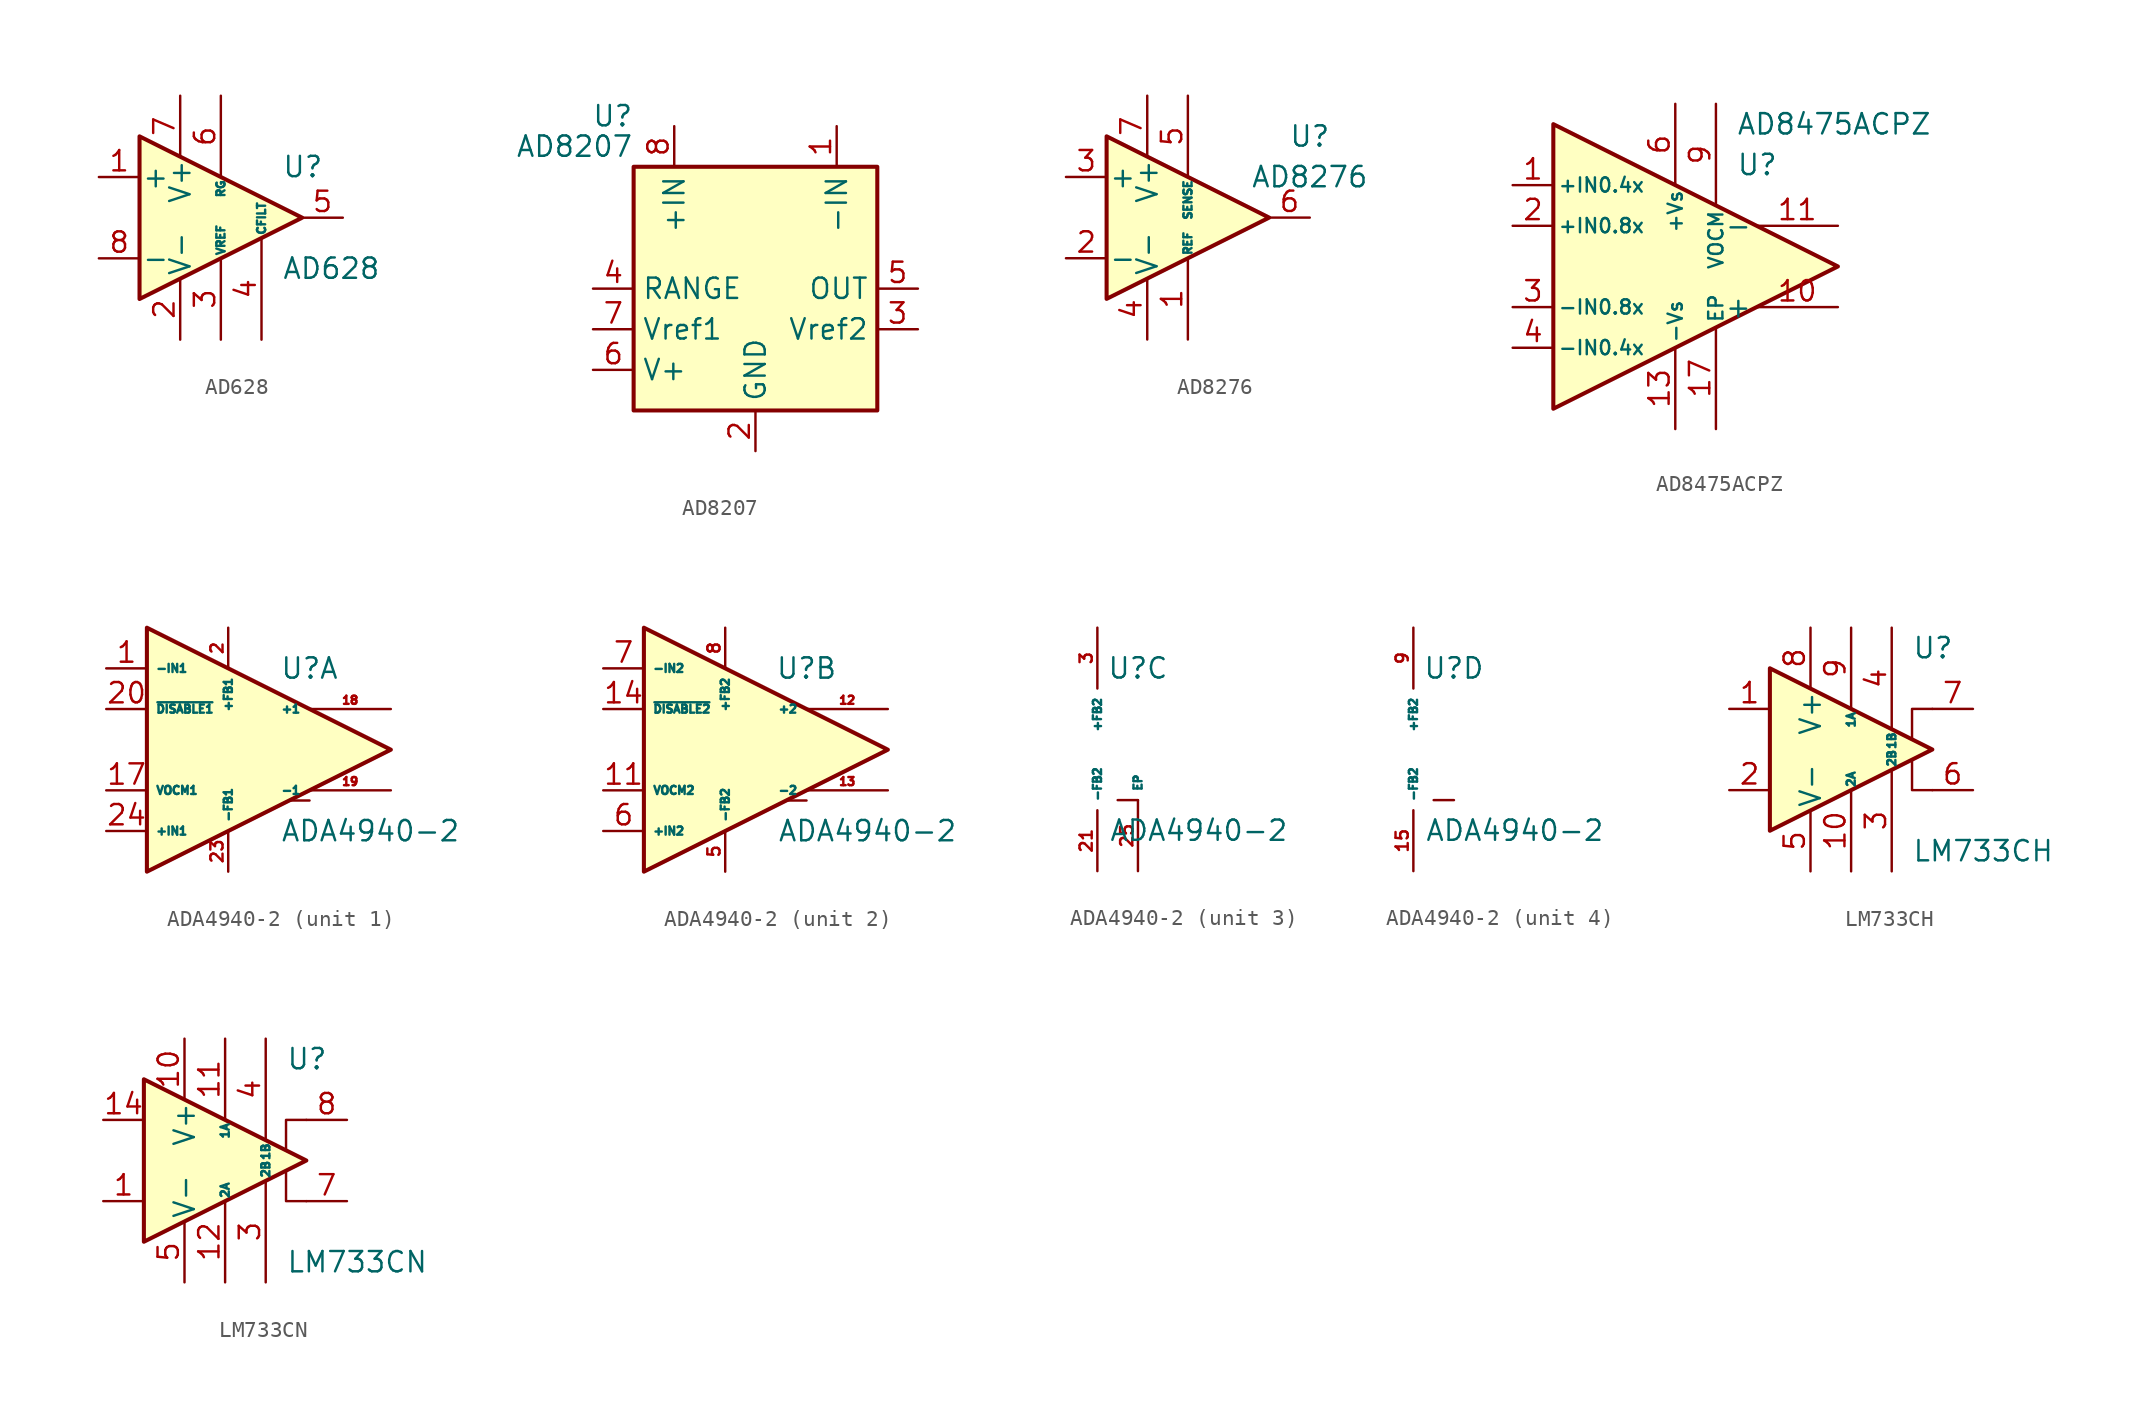
<source format=kicad_sym>
(kicad_symbol_lib
  (version 20241209)
  (generator "kicad_symbol_editor")
  (generator_version "9.0")
  (symbol "AD628"
    (pin_names
      (offset 0.127))
    (property "Reference" "U"
      (at 3.81 3.175 0)
      (effects (font (size 1.27 1.27)) (justify left)))
    (property "Value" "AD628"
      (at 3.81 -3.175 0)
      (effects (font (size 1.27 1.27)) (justify left)))
    (symbol "AD628_0_1"
      (polyline (pts (xy 5.08 0) (xy -5.08 5.08) (xy -5.08 -5.08) (xy 5.08 0)) (stroke (width 0.254) (type default)) (fill (type background))))
    (symbol "AD628_1_1"
      (pin input line (at -7.62 2.54 0) (length 2.54) (name "+" (effects (font (size 1.27 1.27)))) (number "1" (effects (font (size 1.27 1.27)))))
      (pin input line (at -7.62 -2.54 0) (length 2.54) (name "-" (effects (font (size 1.27 1.27)))) (number "8" (effects (font (size 1.27 1.27)))))
      (pin power_in line (at -2.54 7.62 270) (length 3.81) (name "V+" (effects (font (size 1.27 1.27)))) (number "7" (effects (font (size 1.27 1.27)))))
      (pin power_in line (at -2.54 -7.62 90) (length 3.81) (name "V-" (effects (font (size 1.27 1.27)))) (number "2" (effects (font (size 1.27 1.27)))))
      (pin passive line (at 0 7.62 270) (length 5.08) (name "RG" (effects (font (size 0.508 0.508)))) (number "6" (effects (font (size 1.27 1.27)))))
      (pin passive line (at 0 -7.62 90) (length 5.08) (name "VREF" (effects (font (size 0.508 0.508)))) (number "3" (effects (font (size 1.27 1.27)))))
      (pin passive line (at 2.54 -7.62 90) (length 6.35) (name "CFILT" (effects (font (size 0.508 0.508)))) (number "4" (effects (font (size 1.27 1.27)))))
      (pin output line (at 7.62 0 180) (length 2.54) (name "~" (effects (font (size 1.27 1.27)))) (number "5" (effects (font (size 1.27 1.27)))))))
  (symbol "AD8207"
    (property "Reference" "U"
      (at -7.62 10.795 0)
      (effects (font (size 1.27 1.27)) (justify right)))
    (property "Value" "AD8207"
      (at -7.62 8.89 0)
      (effects (font (size 1.27 1.27)) (justify right)))
    (symbol "AD8207_0_1"
      (rectangle (start -7.62 7.62) (end 7.62 -7.62) (stroke (width 0.254) (type default)) (fill (type background))))
    (symbol "AD8207_1_1"
      (pin input line (at -10.16 0 0) (length 2.54) (name "RANGE" (effects (font (size 1.27 1.27)))) (number "4" (effects (font (size 1.27 1.27)))))
      (pin input line (at -10.16 -2.54 0) (length 2.54) (name "Vref1" (effects (font (size 1.27 1.27)))) (number "7" (effects (font (size 1.27 1.27)))))
      (pin power_in line (at -10.16 -5.08 0) (length 2.54) (name "V+" (effects (font (size 1.27 1.27)))) (number "6" (effects (font (size 1.27 1.27)))))
      (pin input line (at -5.08 10.16 270) (length 2.54) (name "+IN" (effects (font (size 1.27 1.27)))) (number "8" (effects (font (size 1.27 1.27)))))
      (pin power_in line (at 0 -10.16 90) (length 2.54) (name "GND" (effects (font (size 1.27 1.27)))) (number "2" (effects (font (size 1.27 1.27)))))
      (pin input line (at 5.08 10.16 270) (length 2.54) (name "-IN" (effects (font (size 1.27 1.27)))) (number "1" (effects (font (size 1.27 1.27)))))
      (pin output line (at 10.16 0 180) (length 2.54) (name "OUT" (effects (font (size 1.27 1.27)))) (number "5" (effects (font (size 1.27 1.27)))))
      (pin input line (at 10.16 -2.54 180) (length 2.54) (name "Vref2" (effects (font (size 1.27 1.27)))) (number "3" (effects (font (size 1.27 1.27)))))))
  (symbol "AD8276"
    (pin_names
      (offset 0.127))
    (property "Reference" "U"
      (at 7.62 5.08 0)
      (effects (font (size 1.27 1.27))))
    (property "Value" "AD8276"
      (at 7.62 2.54 0)
      (effects (font (size 1.27 1.27))))
    (symbol "AD8276_0_1"
      (polyline (pts (xy -5.08 5.08) (xy 5.08 0) (xy -5.08 -5.08) (xy -5.08 5.08)) (stroke (width 0.254) (type default)) (fill (type background))))
    (symbol "AD8276_1_1"
      (pin passive line (at -7.62 2.54 0) (length 2.54) (name "+" (effects (font (size 1.27 1.27)))) (number "3" (effects (font (size 1.27 1.27)))))
      (pin passive line (at -7.62 -2.54 0) (length 2.54) (name "-" (effects (font (size 1.27 1.27)))) (number "2" (effects (font (size 1.27 1.27)))))
      (pin no_connect line (at -5.08 0 0) (length 2.54) (hide yes) (name "~" (effects (font (size 1.27 1.27)))) (number "8" (effects (font (size 1.27 1.27)))))
      (pin power_in line (at -2.54 7.62 270) (length 3.81) (name "V+" (effects (font (size 1.27 1.27)))) (number "7" (effects (font (size 1.27 1.27)))))
      (pin power_in line (at -2.54 -7.62 90) (length 3.81) (name "V-" (effects (font (size 1.27 1.27)))) (number "4" (effects (font (size 1.27 1.27)))))
      (pin passive line (at 0 7.62 270) (length 5.08) (name "SENSE" (effects (font (size 0.508 0.508)))) (number "5" (effects (font (size 1.27 1.27)))))
      (pin passive line (at 0 -7.62 90) (length 5.08) (name "REF" (effects (font (size 0.508 0.508)))) (number "1" (effects (font (size 1.27 1.27)))))
      (pin output line (at 7.62 0 180) (length 2.54) (name "~" (effects (font (size 1.27 1.27)))) (number "6" (effects (font (size 1.27 1.27)))))))
  (symbol "AD8475ACPZ"
    (pin_names
      (offset 0.254))
    (property "Reference" "U"
      (at 3.81 6.35 0)
      (effects (font (size 1.27 1.27)) (justify left)))
    (property "Value" "AD8475ACPZ"
      (at 3.81 8.89 0)
      (effects (font (size 1.27 1.27)) (justify left)))
    (symbol "AD8475ACPZ_0_1"
      (polyline (pts (xy -7.62 8.89) (xy -7.62 -8.89) (xy 10.16 0) (xy -7.62 8.89)) (stroke (width 0.254) (type default)) (fill (type background))))
    (symbol "AD8475ACPZ_1_1"
      (pin input line (at -10.16 5.08 0) (length 2.54) (name "+IN0.4x" (effects (font (size 0.889 0.889)))) (number "1" (effects (font (size 1.27 1.27)))))
      (pin input line (at -10.16 5.08 0) (length 2.54) (hide yes) (name "+IN0.4x" (effects (font (size 0.889 0.889)))) (number "16" (effects (font (size 1.27 1.27)))))
      (pin input line (at -10.16 2.54 0) (length 2.54) (name "+IN0.8x" (effects (font (size 0.889 0.889)))) (number "2" (effects (font (size 1.27 1.27)))))
      (pin input line (at -10.16 -2.54 0) (length 2.54) (name "-IN0.8x" (effects (font (size 0.889 0.889)))) (number "3" (effects (font (size 1.27 1.27)))))
      (pin input line (at -10.16 -5.08 0) (length 2.54) (name "-IN0.4x" (effects (font (size 0.889 0.889)))) (number "4" (effects (font (size 1.27 1.27)))))
      (pin input line (at -10.16 -5.08 0) (length 2.54) (hide yes) (name "-IN0.4x" (effects (font (size 0.889 0.889)))) (number "5" (effects (font (size 1.27 1.27)))))
      (pin no_connect line (at -7.62 -7.62 0) (length 2.54) (hide yes) (name "NC" (effects (font (size 1.27 1.27)))) (number "12" (effects (font (size 1.27 1.27)))))
      (pin power_in line (at 0 10.16 270) (length 5.08) (name "+Vs" (effects (font (size 0.889 0.889)))) (number "6" (effects (font (size 1.27 1.27)))))
      (pin passive line (at 0 10.16 270) (length 5.08) (hide yes) (name "+Vs" (effects (font (size 0.889 0.889)))) (number "7" (effects (font (size 1.27 1.27)))))
      (pin passive line (at 0 10.16 270) (length 5.08) (hide yes) (name "+Vs" (effects (font (size 0.889 0.889)))) (number "8" (effects (font (size 1.27 1.27)))))
      (pin power_in line (at 0 -10.16 90) (length 5.08) (name "-Vs" (effects (font (size 0.889 0.889)))) (number "13" (effects (font (size 1.27 1.27)))))
      (pin passive line (at 0 -10.16 90) (length 5.08) (hide yes) (name "-Vs" (effects (font (size 0.889 0.889)))) (number "14" (effects (font (size 1.27 1.27)))))
      (pin passive line (at 0 -10.16 90) (length 5.08) (hide yes) (name "-Vs" (effects (font (size 0.889 0.889)))) (number "15" (effects (font (size 1.27 1.27)))))
      (pin power_in line (at 2.54 10.16 270) (length 6.35) (name "VOCM" (effects (font (size 0.889 0.889)))) (number "9" (effects (font (size 1.27 1.27)))))
      (pin passive line (at 2.54 -10.16 90) (length 6.35) (name "EP" (effects (font (size 0.889 0.889)))) (number "17" (effects (font (size 1.27 1.27)))))
      (pin output line (at 10.16 2.54 180) (length 5.08) (name "-" (effects (font (size 1.27 1.27)))) (number "11" (effects (font (size 1.27 1.27)))))
      (pin output line (at 10.16 -2.54 180) (length 5.08) (name "+" (effects (font (size 1.27 1.27)))) (number "10" (effects (font (size 1.27 1.27)))))))
  (symbol "ADA4940-2"
    (property "Reference" "U"
      (at 5.08 5.08 0)
      (effects (font (size 1.27 1.27))))
    (property "Value" "ADA4940-2"
      (at 8.89 -5.08 0)
      (effects (font (size 1.27 1.27))))
    (symbol "ADA4940-2_0_1"
      (polyline (pts (xy 5.08 -3.175) (xy 3.81 -3.175)) (stroke (width 0) (type default)) (fill (type none))))
    (symbol "ADA4940-2_1_1"
      (polyline (pts (xy -5.08 7.62) (xy -5.08 -7.62) (xy 10.16 0) (xy -5.08 7.62)) (stroke (width 0.254) (type default)) (fill (type background)))
      (pin input line (at -7.62 5.08 0) (length 2.54) (name "-IN1" (effects (font (size 0.508 0.508)))) (number "1" (effects (font (size 1.27 1.27)))))
      (pin input line (at -7.62 2.54 0) (length 2.54) (name "~{DISABLE1}" (effects (font (size 0.508 0.508)))) (number "20" (effects (font (size 1.27 1.27)))))
      (pin input line (at -7.62 -2.54 0) (length 2.54) (name "VOCM1" (effects (font (size 0.508 0.508)))) (number "17" (effects (font (size 1.27 1.27)))))
      (pin input line (at -7.62 -5.08 0) (length 2.54) (name "+IN1" (effects (font (size 0.508 0.508)))) (number "24" (effects (font (size 1.27 1.27)))))
      (pin input line (at 0 7.62 270) (length 2.54) (name "+FB1" (effects (font (size 0.508 0.508)))) (number "2" (effects (font (size 0.762 0.762)))))
      (pin input line (at 0 -7.62 90) (length 2.54) (name "-FB1" (effects (font (size 0.508 0.508)))) (number "23" (effects (font (size 0.762 0.762)))))
      (pin output line (at 10.16 2.54 180) (length 5.08) (name "+1" (effects (font (size 0.508 0.508)))) (number "18" (effects (font (size 0.508 0.508)))))
      (pin output line (at 10.16 -2.54 180) (length 5.08) (name "-1" (effects (font (size 0.508 0.508)))) (number "19" (effects (font (size 0.508 0.508))))))
    (symbol "ADA4940-2_2_1"
      (polyline (pts (xy -5.08 7.62) (xy -5.08 -7.62) (xy 10.16 0) (xy -5.08 7.62)) (stroke (width 0.254) (type default)) (fill (type background)))
      (pin input line (at -7.62 5.08 0) (length 2.54) (name "-IN2" (effects (font (size 0.508 0.508)))) (number "7" (effects (font (size 1.27 1.27)))))
      (pin input line (at -7.62 2.54 0) (length 2.54) (name "~{DISABLE2}" (effects (font (size 0.508 0.508)))) (number "14" (effects (font (size 1.27 1.27)))))
      (pin input line (at -7.62 -2.54 0) (length 2.54) (name "VOCM2" (effects (font (size 0.508 0.508)))) (number "11" (effects (font (size 1.27 1.27)))))
      (pin input line (at -7.62 -5.08 0) (length 2.54) (name "+IN2" (effects (font (size 0.508 0.508)))) (number "6" (effects (font (size 1.27 1.27)))))
      (pin input line (at 0 7.62 270) (length 2.54) (name "+FB2" (effects (font (size 0.508 0.508)))) (number "8" (effects (font (size 0.762 0.762)))))
      (pin input line (at 0 -7.62 90) (length 2.54) (name "-FB2" (effects (font (size 0.508 0.508)))) (number "5" (effects (font (size 0.762 0.762)))))
      (pin output line (at 10.16 2.54 180) (length 5.08) (name "+2" (effects (font (size 0.508 0.508)))) (number "12" (effects (font (size 0.508 0.508)))))
      (pin output line (at 10.16 -2.54 180) (length 5.08) (name "-2" (effects (font (size 0.508 0.508)))) (number "13" (effects (font (size 0.508 0.508))))))
    (symbol "ADA4940-2_3_1"
      (pin input line (at 2.54 7.62 270) (length 3.81) (name "+FB2" (effects (font (size 0.508 0.508)))) (number "3" (effects (font (size 0.762 0.762)))))
      (pin input line (at 2.54 7.62 270) (length 3.81) (hide yes) (name "+FB2" (effects (font (size 0.508 0.508)))) (number "4" (effects (font (size 0.762 0.762)))))
      (pin input line (at 2.54 -7.62 90) (length 3.81) (name "-FB2" (effects (font (size 0.508 0.508)))) (number "21" (effects (font (size 0.762 0.762)))))
      (pin input line (at 2.54 -7.62 90) (length 3.81) (hide yes) (name "-FB2" (effects (font (size 0.508 0.508)))) (number "22" (effects (font (size 0.762 0.762)))))
      (pin passive line (at 5.08 -7.62 90) (length 4.445) (name "EP" (effects (font (size 0.508 0.508)))) (number "25" (effects (font (size 0.762 0.762))))))
    (symbol "ADA4940-2_4_1"
      (pin input line (at 2.54 7.62 270) (length 3.81) (hide yes) (name "+FB2" (effects (font (size 0.508 0.508)))) (number "10" (effects (font (size 0.762 0.762)))))
      (pin input line (at 2.54 7.62 270) (length 3.81) (name "+FB2" (effects (font (size 0.508 0.508)))) (number "9" (effects (font (size 0.762 0.762)))))
      (pin input line (at 2.54 -7.62 90) (length 3.81) (name "-FB2" (effects (font (size 0.508 0.508)))) (number "15" (effects (font (size 0.762 0.762)))))
      (pin input line (at 2.54 -7.62 90) (length 3.81) (hide yes) (name "-FB2" (effects (font (size 0.508 0.508)))) (number "16" (effects (font (size 0.762 0.762)))))))
  (symbol "LM733CH"
    (pin_names
      (offset 0.127))
    (property "Reference" "U"
      (at 3.81 6.35 0)
      (effects (font (size 1.27 1.27)) (justify left)))
    (property "Value" "LM733CH"
      (at 3.81 -6.35 0)
      (effects (font (size 1.27 1.27)) (justify left)))
    (symbol "LM733CH_0_1"
      (polyline (pts (xy 5.08 2.54) (xy 3.81 2.54) (xy 3.81 0.635)) (stroke (width 0) (type default)) (fill (type none)))
      (polyline (pts (xy 5.08 0) (xy -5.08 5.08) (xy -5.08 -5.08) (xy 5.08 0)) (stroke (width 0.254) (type default)) (fill (type background)))
      (polyline (pts (xy 5.08 -2.54) (xy 3.81 -2.54) (xy 3.81 -0.635)) (stroke (width 0) (type default)) (fill (type none))))
    (symbol "LM733CH_1_1"
      (pin input line (at -7.62 2.54 0) (length 2.54) (name "~" (effects (font (size 1.27 1.27)))) (number "1" (effects (font (size 1.27 1.27)))))
      (pin input line (at -7.62 -2.54 0) (length 2.54) (name "~" (effects (font (size 1.27 1.27)))) (number "2" (effects (font (size 1.27 1.27)))))
      (pin power_in line (at -2.54 7.62 270) (length 3.81) (name "V+" (effects (font (size 1.27 1.27)))) (number "8" (effects (font (size 1.27 1.27)))))
      (pin power_in line (at -2.54 -7.62 90) (length 3.81) (name "V-" (effects (font (size 1.27 1.27)))) (number "5" (effects (font (size 1.27 1.27)))))
      (pin passive line (at 0 7.62 270) (length 5.08) (name "1A" (effects (font (size 0.508 0.508)))) (number "9" (effects (font (size 1.27 1.27)))))
      (pin passive line (at 0 -7.62 90) (length 5.08) (name "2A" (effects (font (size 0.508 0.508)))) (number "10" (effects (font (size 1.27 1.27)))))
      (pin passive line (at 2.54 7.62 270) (length 6.35) (name "1B" (effects (font (size 0.508 0.508)))) (number "4" (effects (font (size 1.27 1.27)))))
      (pin passive line (at 2.54 -7.62 90) (length 6.35) (name "2B" (effects (font (size 0.508 0.508)))) (number "3" (effects (font (size 1.27 1.27)))))
      (pin output line (at 7.62 2.54 180) (length 2.54) (name "~" (effects (font (size 1.27 1.27)))) (number "7" (effects (font (size 1.27 1.27)))))
      (pin output line (at 7.62 -2.54 180) (length 2.54) (name "~" (effects (font (size 1.27 1.27)))) (number "6" (effects (font (size 1.27 1.27)))))))
  (symbol "LM733CN"
    (pin_names
      (offset 0.127))
    (property "Reference" "U"
      (at 3.81 6.35 0)
      (effects (font (size 1.27 1.27)) (justify left)))
    (property "Value" "LM733CN"
      (at 3.81 -6.35 0)
      (effects (font (size 1.27 1.27)) (justify left)))
    (symbol "LM733CN_0_1"
      (polyline (pts (xy 5.08 2.54) (xy 3.81 2.54) (xy 3.81 0.635)) (stroke (width 0) (type default)) (fill (type none)))
      (polyline (pts (xy 5.08 0) (xy -5.08 5.08) (xy -5.08 -5.08) (xy 5.08 0)) (stroke (width 0.254) (type default)) (fill (type background)))
      (polyline (pts (xy 5.08 -2.54) (xy 3.81 -2.54) (xy 3.81 -0.635)) (stroke (width 0) (type default)) (fill (type none))))
    (symbol "LM733CN_1_1"
      (pin input line (at -7.62 2.54 0) (length 2.54) (name "~" (effects (font (size 1.27 1.27)))) (number "14" (effects (font (size 1.27 1.27)))))
      (pin input line (at -7.62 -2.54 0) (length 2.54) (name "~" (effects (font (size 1.27 1.27)))) (number "1" (effects (font (size 1.27 1.27)))))
      (pin power_in line (at -2.54 7.62 270) (length 3.81) (name "V+" (effects (font (size 1.27 1.27)))) (number "10" (effects (font (size 1.27 1.27)))))
      (pin no_connect line (at -2.54 -3.81 90) (length 2.54) (hide yes) (name "NC" (effects (font (size 1.27 1.27)))) (number "13" (effects (font (size 1.27 1.27)))))
      (pin power_in line (at -2.54 -7.62 90) (length 3.81) (name "V-" (effects (font (size 1.27 1.27)))) (number "5" (effects (font (size 1.27 1.27)))))
      (pin passive line (at 0 7.62 270) (length 5.08) (name "1A" (effects (font (size 0.508 0.508)))) (number "11" (effects (font (size 1.27 1.27)))))
      (pin no_connect line (at 0 2.54 270) (length 2.54) (hide yes) (name "NC" (effects (font (size 1.27 1.27)))) (number "6" (effects (font (size 1.27 1.27)))))
      (pin no_connect line (at 0 -2.54 90) (length 2.54) (hide yes) (name "NC" (effects (font (size 1.27 1.27)))) (number "9" (effects (font (size 1.27 1.27)))))
      (pin passive line (at 0 -7.62 90) (length 5.08) (name "2A" (effects (font (size 0.508 0.508)))) (number "12" (effects (font (size 1.27 1.27)))))
      (pin passive line (at 2.54 7.62 270) (length 6.35) (name "1B" (effects (font (size 0.508 0.508)))) (number "4" (effects (font (size 1.27 1.27)))))
      (pin no_connect line (at 2.54 1.27 270) (length 2.54) (hide yes) (name "NC" (effects (font (size 1.27 1.27)))) (number "2" (effects (font (size 1.27 1.27)))))
      (pin passive line (at 2.54 -7.62 90) (length 6.35) (name "2B" (effects (font (size 0.508 0.508)))) (number "3" (effects (font (size 1.27 1.27)))))
      (pin output line (at 7.62 2.54 180) (length 2.54) (name "~" (effects (font (size 1.27 1.27)))) (number "8" (effects (font (size 1.27 1.27)))))
      (pin output line (at 7.62 -2.54 180) (length 2.54) (name "~" (effects (font (size 1.27 1.27)))) (number "7" (effects (font (size 1.27 1.27))))))))
</source>
